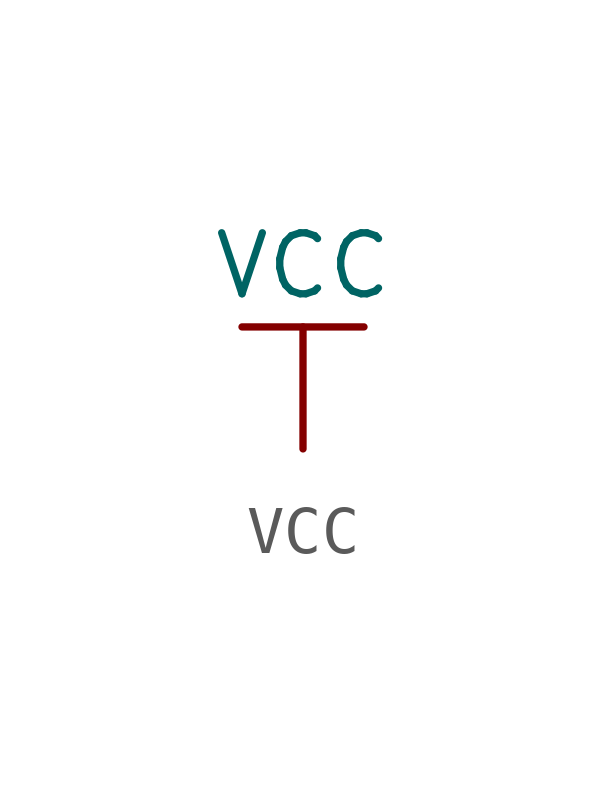
<source format=kicad_sym>
(kicad_symbol_lib
  (version 20220914)
  (generator kicad_symbol_editor)
  (symbol "VCC"
    (power)
    (property "Reference" "#PWR"
      (at 0 0 0)
      (effects (font (size 1.27 1.27)) hide))
    (property "Value" "VCC"
      (at 0 3.81 0)
      (effects (font (size 1.27 1.27))))
    (symbol "VCC_0_0"
      (pin power_in line (at 0 0 0) (length 0) hide (name "VCC" (effects (font (size 1.27 1.27)))) (number "" (effects (font (size 1.27 1.27))))))
    (symbol "VCC_1_0"
      (polyline (pts (xy 0 0) (xy 0 2.54)) (stroke (width 0) (type solid)) (fill (type none)))
      (polyline (pts (xy 1.27 2.54) (xy -1.27 2.54)) (stroke (width 0) (type solid)) (fill (type none))))))
</source>
